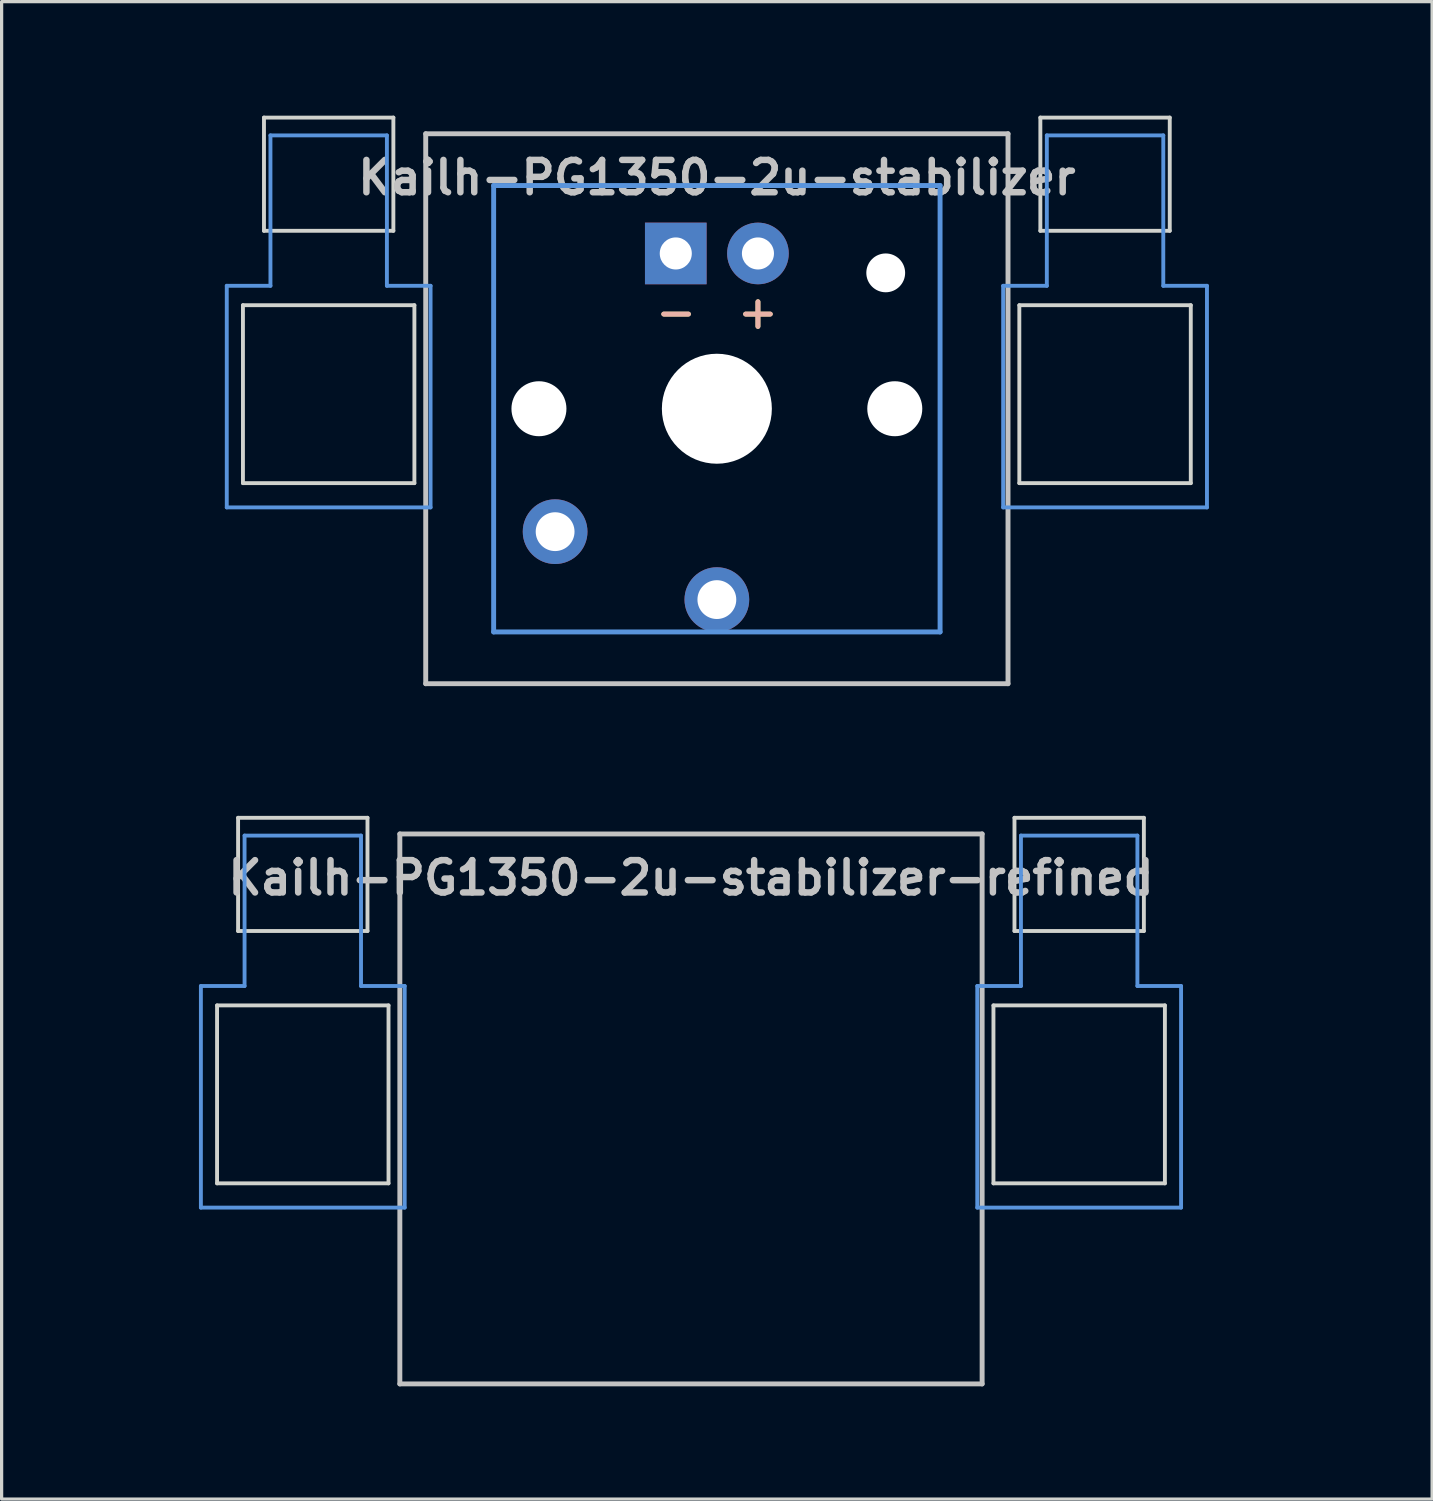
<source format=kicad_pcb>
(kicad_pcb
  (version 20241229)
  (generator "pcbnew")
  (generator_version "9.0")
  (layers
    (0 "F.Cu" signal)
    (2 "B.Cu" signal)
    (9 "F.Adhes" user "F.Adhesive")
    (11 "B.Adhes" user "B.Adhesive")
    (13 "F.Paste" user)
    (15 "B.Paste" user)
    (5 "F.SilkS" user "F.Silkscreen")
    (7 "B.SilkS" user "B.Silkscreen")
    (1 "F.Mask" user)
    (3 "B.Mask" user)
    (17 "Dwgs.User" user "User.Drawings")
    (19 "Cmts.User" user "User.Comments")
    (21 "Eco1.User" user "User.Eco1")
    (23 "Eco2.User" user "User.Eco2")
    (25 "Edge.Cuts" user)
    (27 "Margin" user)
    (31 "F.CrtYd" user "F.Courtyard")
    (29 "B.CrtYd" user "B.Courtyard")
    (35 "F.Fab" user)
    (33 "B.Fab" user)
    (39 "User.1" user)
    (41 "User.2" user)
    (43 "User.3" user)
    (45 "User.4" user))
  (footprint "Kailh-PG1350-2u-stabilizer"
    (layer "F.Cu")
    (at 19.11 9.585)
    (property "Reference" "Kailh-PG1350-2u-stabilizer" (at 0 -7.144 180) (layer "Dwgs.User") (effects (font (size 1 1) (thickness 0.2))))
    (attr through_hole)
    (fp_line (start -9 -8.5) (end 9 -8.5) (stroke (width 0.152) (type solid)) (layer "Dwgs.User"))
    (fp_line (start -9 8.5) (end -9 -8.5) (stroke (width 0.152) (type solid)) (layer "Dwgs.User"))
    (fp_line (start 9 -8.5) (end 9 8.5) (stroke (width 0.152) (type solid)) (layer "Dwgs.User"))
    (fp_line (start 9 8.5) (end -9 8.5) (stroke (width 0.152) (type solid)) (layer "Dwgs.User"))
    (fp_line (start -15.15 -3.8) (end -13.8 -3.8) (stroke (width 0.12) (type solid)) (layer "Cmts.User"))
    (fp_line (start -15.15 3.05) (end -15.15 -3.8) (stroke (width 0.12) (type solid)) (layer "Cmts.User"))
    (fp_line (start -15.15 3.05) (end -8.85 3.05) (stroke (width 0.12) (type solid)) (layer "Cmts.User"))
    (fp_line (start -13.8 -8.45) (end -13.8 -3.8) (stroke (width 0.12) (type solid)) (layer "Cmts.User"))
    (fp_line (start -13.8 -8.45) (end -10.2 -8.45) (stroke (width 0.12) (type solid)) (layer "Cmts.User"))
    (fp_line (start -10.2 -8.45) (end -10.2 -3.8) (stroke (width 0.12) (type solid)) (layer "Cmts.User"))
    (fp_line (start -10.2 -3.8) (end -8.85 -3.8) (stroke (width 0.12) (type solid)) (layer "Cmts.User"))
    (fp_line (start -8.85 3.05) (end -8.85 -3.8) (stroke (width 0.12) (type solid)) (layer "Cmts.User"))
    (fp_line (start -6.9 -6.9) (end 6.9 -6.9) (stroke (width 0.152) (type solid)) (layer "Cmts.User"))
    (fp_line (start -6.9 6.9) (end -6.9 -6.9) (stroke (width 0.152) (type solid)) (layer "Cmts.User"))
    (fp_line (start 6.9 -6.9) (end 6.9 6.9) (stroke (width 0.152) (type solid)) (layer "Cmts.User"))
    (fp_line (start 6.9 6.9) (end -6.9 6.9) (stroke (width 0.152) (type solid)) (layer "Cmts.User"))
    (fp_line (start 8.85 -3.8) (end 10.2 -3.8) (stroke (width 0.12) (type solid)) (layer "Cmts.User"))
    (fp_line (start 8.85 3.05) (end 8.85 -3.8) (stroke (width 0.12) (type solid)) (layer "Cmts.User"))
    (fp_line (start 8.85 3.05) (end 15.15 3.05) (stroke (width 0.12) (type solid)) (layer "Cmts.User"))
    (fp_line (start 10.2 -8.45) (end 10.2 -3.8) (stroke (width 0.12) (type solid)) (layer "Cmts.User"))
    (fp_line (start 10.2 -8.45) (end 13.8 -8.45) (stroke (width 0.12) (type solid)) (layer "Cmts.User"))
    (fp_line (start 13.8 -8.45) (end 13.8 -3.8) (stroke (width 0.12) (type solid)) (layer "Cmts.User"))
    (fp_line (start 13.8 -3.8) (end 15.15 -3.8) (stroke (width 0.12) (type solid)) (layer "Cmts.User"))
    (fp_line (start 15.15 3.05) (end 15.15 -3.8) (stroke (width 0.12) (type solid)) (layer "Cmts.User"))
    (fp_line (start -19.05 -9.525) (end -19.05 9.525) (stroke (width 0.12) (type solid)) (layer "Eco1.User"))
    (fp_line (start -19.05 -9.525) (end 19.05 -9.525) (stroke (width 0.12) (type solid)) (layer "Eco1.User"))
    (fp_line (start -19.05 9.525) (end 19.05 9.525) (stroke (width 0.12) (type solid)) (layer "Eco1.User"))
    (fp_line (start 19.05 -9.525) (end 19.05 9.525) (stroke (width 0.12) (type solid)) (layer "Eco1.User"))
    (fp_line (start -7.5 -7.5) (end 7.5 -7.5) (stroke (width 0.152) (type solid)) (layer "Eco2.User"))
    (fp_line (start -7.5 7.5) (end -7.5 -7.5) (stroke (width 0.152) (type solid)) (layer "Eco2.User"))
    (fp_line (start 7.5 -7.5) (end 7.5 7.5) (stroke (width 0.152) (type solid)) (layer "Eco2.User"))
    (fp_line (start 7.5 7.5) (end -7.5 7.5) (stroke (width 0.152) (type solid)) (layer "Eco2.User"))
    (fp_line (start -14.65 -3.2) (end -14.65 2.3) (stroke (width 0.12) (type solid)) (layer "Edge.Cuts"))
    (fp_line (start -14.65 -3.2) (end -9.35 -3.2) (stroke (width 0.12) (type solid)) (layer "Edge.Cuts"))
    (fp_line (start -14.65 2.3) (end -9.35 2.3) (stroke (width 0.12) (type solid)) (layer "Edge.Cuts"))
    (fp_line (start -14 -9) (end -14 -5.5) (stroke (width 0.12) (type solid)) (layer "Edge.Cuts"))
    (fp_line (start -14 -9) (end -10 -9) (stroke (width 0.12) (type solid)) (layer "Edge.Cuts"))
    (fp_line (start -14 -5.5) (end -10 -5.5) (stroke (width 0.12) (type solid)) (layer "Edge.Cuts"))
    (fp_line (start -10 -5.5) (end -10 -9) (stroke (width 0.12) (type solid)) (layer "Edge.Cuts"))
    (fp_line (start -9.35 2.3) (end -9.35 -3.2) (stroke (width 0.12) (type solid)) (layer "Edge.Cuts"))
    (fp_line (start 9.35 -3.2) (end 9.35 2.3) (stroke (width 0.12) (type solid)) (layer "Edge.Cuts"))
    (fp_line (start 9.35 -3.2) (end 14.65 -3.2) (stroke (width 0.12) (type solid)) (layer "Edge.Cuts"))
    (fp_line (start 9.35 2.3) (end 14.65 2.3) (stroke (width 0.12) (type solid)) (layer "Edge.Cuts"))
    (fp_line (start 10 -9) (end 10 -5.5) (stroke (width 0.12) (type solid)) (layer "Edge.Cuts"))
    (fp_line (start 10 -9) (end 14 -9) (stroke (width 0.12) (type solid)) (layer "Edge.Cuts"))
    (fp_line (start 10 -5.5) (end 14 -5.5) (stroke (width 0.12) (type solid)) (layer "Edge.Cuts"))
    (fp_line (start 14 -5.5) (end 14 -9) (stroke (width 0.12) (type solid)) (layer "Edge.Cuts"))
    (fp_line (start 14.65 2.3) (end 14.65 -3.2) (stroke (width 0.12) (type solid)) (layer "Edge.Cuts"))
    (fp_text user "+" (at 1.27 -3 180) (layer "F.SilkS") (effects (font (size 1 1) (thickness 0.15))))
    (fp_text user "-" (at -1.26 -3 180) (layer "F.SilkS") (effects (font (size 1 1) (thickness 0.15))))
    (fp_text user "+" (at 1.27 -3 180) (layer "B.SilkS") (effects (font (size 1 1) (thickness 0.15)) (justify mirror)))
    (fp_text user "-" (at -1.26 -3 180) (layer "B.SilkS") (effects (font (size 1 1) (thickness 0.15)) (justify mirror)))
    (pad "" np_thru_hole circle (at -5.5 0 180) (size 1.7 1.7) (drill 1.7) (layers "*.Cu" "*.Mask"))
    (pad "" np_thru_hole circle (at 0 0 180) (size 3.4 3.4) (drill 3.4) (layers "*.Cu" "*.Mask"))
    (pad "" np_thru_hole circle (at 5.22 -4.2 180) (size 1.2 1.2) (drill 1.2) (layers "*.Cu" "*.Mask"))
    (pad "" np_thru_hole circle (at 5.5 0 180) (size 1.7 1.7) (drill 1.7) (layers "*.Cu" "*.Mask"))
    (pad "1" thru_hole circle (at 0 5.9 180) (size 2 2) (drill 1.2) (layers "*.Cu" "*.Mask"))
    (pad "2" thru_hole circle (at -5 3.8 41.9) (size 2 2) (drill 1.2) (layers "*.Cu" "*.Mask"))
    (pad "3" thru_hole circle (at 1.27 -4.8 180) (size 1.905 1.905) (drill 0.991) (layers "*.Cu" "*.Mask"))
    (pad "4" thru_hole rect (at -1.27 -4.8 180) (size 1.905 1.905) (drill 0.991) (layers "*.Cu" "*.Mask")))
  (footprint "Kailh-PG1350-2u-stabilizer-refined"
    (layer "F.Cu")
    (at 18.31 31.23)
    (property "Reference" "Kailh-PG1350-2u-stabilizer-refined" (at 0 -7.144 180) (layer "Dwgs.User") (effects (font (size 1 1) (thickness 0.2))))
    (attr through_hole)
    (fp_line (start -9 -8.5) (end 9 -8.5) (stroke (width 0.152) (type solid)) (layer "Dwgs.User"))
    (fp_line (start -9 8.5) (end -9 -8.5) (stroke (width 0.152) (type solid)) (layer "Dwgs.User"))
    (fp_line (start 9 -8.5) (end 9 8.5) (stroke (width 0.152) (type solid)) (layer "Dwgs.User"))
    (fp_line (start 9 8.5) (end -9 8.5) (stroke (width 0.152) (type solid)) (layer "Dwgs.User"))
    (fp_line (start -15.15 -3.8) (end -13.8 -3.8) (stroke (width 0.12) (type solid)) (layer "Cmts.User"))
    (fp_line (start -15.15 3.05) (end -15.15 -3.8) (stroke (width 0.12) (type solid)) (layer "Cmts.User"))
    (fp_line (start -15.15 3.05) (end -8.85 3.05) (stroke (width 0.12) (type solid)) (layer "Cmts.User"))
    (fp_line (start -13.8 -8.45) (end -13.8 -3.8) (stroke (width 0.12) (type solid)) (layer "Cmts.User"))
    (fp_line (start -13.8 -8.45) (end -10.2 -8.45) (stroke (width 0.12) (type solid)) (layer "Cmts.User"))
    (fp_line (start -10.2 -8.45) (end -10.2 -3.8) (stroke (width 0.12) (type solid)) (layer "Cmts.User"))
    (fp_line (start -10.2 -3.8) (end -8.85 -3.8) (stroke (width 0.12) (type solid)) (layer "Cmts.User"))
    (fp_line (start -8.85 3.05) (end -8.85 -3.8) (stroke (width 0.12) (type solid)) (layer "Cmts.User"))
    (fp_line (start 8.85 -3.8) (end 10.2 -3.8) (stroke (width 0.12) (type solid)) (layer "Cmts.User"))
    (fp_line (start 8.85 3.05) (end 8.85 -3.8) (stroke (width 0.12) (type solid)) (layer "Cmts.User"))
    (fp_line (start 8.85 3.05) (end 15.15 3.05) (stroke (width 0.12) (type solid)) (layer "Cmts.User"))
    (fp_line (start 10.2 -8.45) (end 10.2 -3.8) (stroke (width 0.12) (type solid)) (layer "Cmts.User"))
    (fp_line (start 10.2 -8.45) (end 13.8 -8.45) (stroke (width 0.12) (type solid)) (layer "Cmts.User"))
    (fp_line (start 13.8 -8.45) (end 13.8 -3.8) (stroke (width 0.12) (type solid)) (layer "Cmts.User"))
    (fp_line (start 13.8 -3.8) (end 15.15 -3.8) (stroke (width 0.12) (type solid)) (layer "Cmts.User"))
    (fp_line (start 15.15 3.05) (end 15.15 -3.8) (stroke (width 0.12) (type solid)) (layer "Cmts.User"))
    (fp_line (start -18.25 -9) (end -18.25 9) (stroke (width 0.12) (type solid)) (layer "Eco1.User"))
    (fp_line (start -18.25 -9) (end 18.25 -9) (stroke (width 0.12) (type solid)) (layer "Eco1.User"))
    (fp_line (start -18.25 9) (end 18.25 9) (stroke (width 0.12) (type solid)) (layer "Eco1.User"))
    (fp_line (start 18.25 -9) (end 18.25 9) (stroke (width 0.12) (type solid)) (layer "Eco1.User"))
    (fp_line (start -14.65 -3.2) (end -14.65 2.3) (stroke (width 0.12) (type solid)) (layer "Edge.Cuts"))
    (fp_line (start -14.65 -3.2) (end -9.35 -3.2) (stroke (width 0.12) (type solid)) (layer "Edge.Cuts"))
    (fp_line (start -14.65 2.3) (end -9.35 2.3) (stroke (width 0.12) (type solid)) (layer "Edge.Cuts"))
    (fp_line (start -14 -9) (end -14 -5.5) (stroke (width 0.12) (type solid)) (layer "Edge.Cuts"))
    (fp_line (start -14 -9) (end -10 -9) (stroke (width 0.12) (type solid)) (layer "Edge.Cuts"))
    (fp_line (start -14 -5.5) (end -10 -5.5) (stroke (width 0.12) (type solid)) (layer "Edge.Cuts"))
    (fp_line (start -10 -5.5) (end -10 -9) (stroke (width 0.12) (type solid)) (layer "Edge.Cuts"))
    (fp_line (start -9.35 2.3) (end -9.35 -3.2) (stroke (width 0.12) (type solid)) (layer "Edge.Cuts"))
    (fp_line (start 9.35 -3.2) (end 9.35 2.3) (stroke (width 0.12) (type solid)) (layer "Edge.Cuts"))
    (fp_line (start 9.35 -3.2) (end 14.65 -3.2) (stroke (width 0.12) (type solid)) (layer "Edge.Cuts"))
    (fp_line (start 9.35 2.3) (end 14.65 2.3) (stroke (width 0.12) (type solid)) (layer "Edge.Cuts"))
    (fp_line (start 10 -9) (end 10 -5.5) (stroke (width 0.12) (type solid)) (layer "Edge.Cuts"))
    (fp_line (start 10 -9) (end 14 -9) (stroke (width 0.12) (type solid)) (layer "Edge.Cuts"))
    (fp_line (start 10 -5.5) (end 14 -5.5) (stroke (width 0.12) (type solid)) (layer "Edge.Cuts"))
    (fp_line (start 14 -5.5) (end 14 -9) (stroke (width 0.12) (type solid)) (layer "Edge.Cuts"))
    (fp_line (start 14.65 2.3) (end 14.65 -3.2) (stroke (width 0.12) (type solid)) (layer "Edge.Cuts")))
  (gr_rect
    (start -3 -3)
    (end 41.22 43.29)
    (stroke (width 0.1) (type default))
    (fill no)
    (layer "Edge.Cuts")))
</source>
